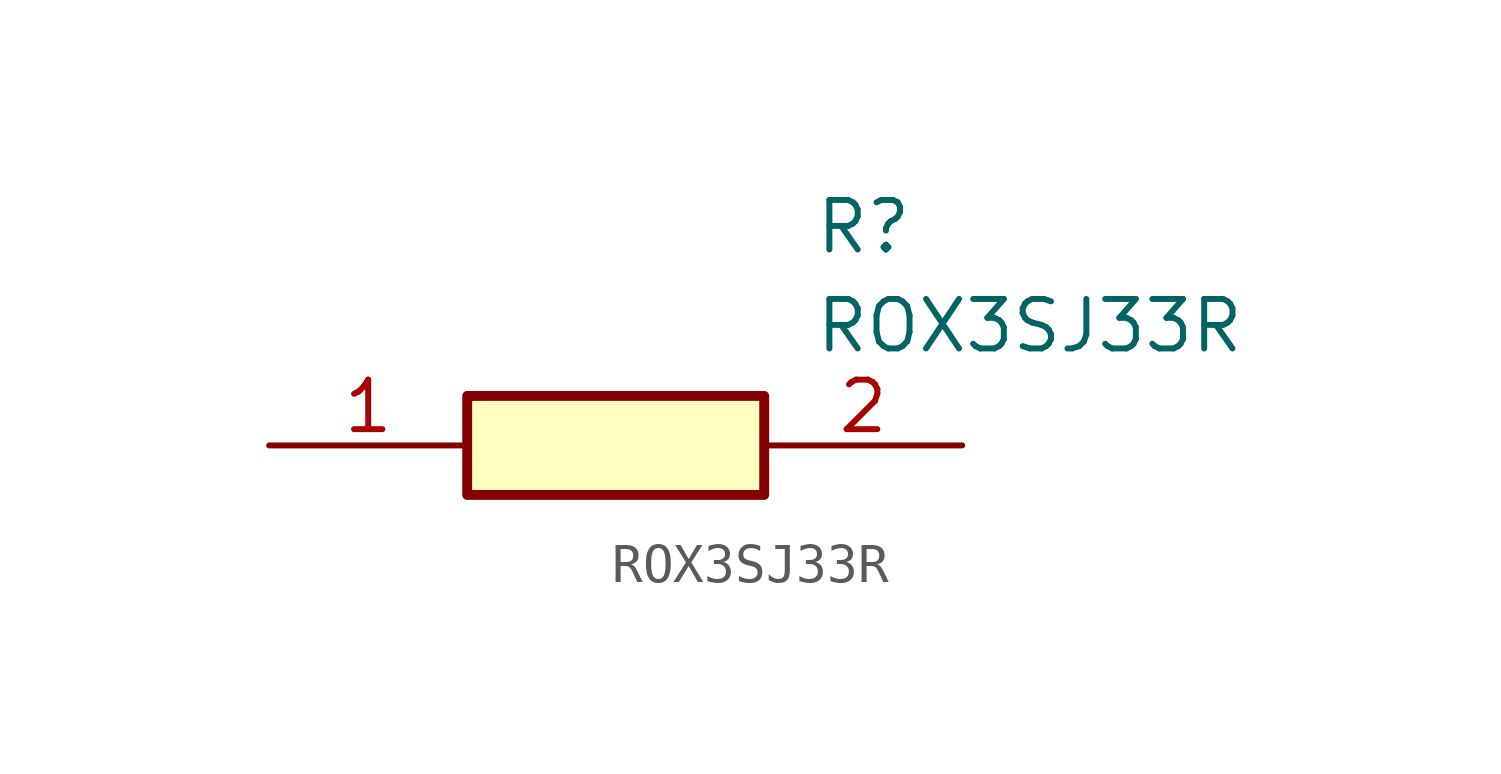
<source format=kicad_sym>
(kicad_symbol_lib
  (version 20220914)
  (generator kicad_symbol_editor)
  (symbol "ROX3SJ33R"
    (pin_names hide)
    (property "Reference" "R"
      (at 13.97 6.35 0)
      (effects (font (size 1.27 1.27)) (justify left top)))
    (property "Value" "ROX3SJ33R"
      (at 13.97 3.81 0)
      (effects (font (size 1.27 1.27)) (justify left top)))
    (symbol "ROX3SJ33R_1_1"
      (rectangle (start 5.08 1.27) (end 12.7 -1.27) (stroke (width 0.254) (type default)) (fill (type background)))
      (pin passive line (at 0 0 0) (length 5.08) (name "1" (effects (font (size 1.27 1.27)))) (number "1" (effects (font (size 1.27 1.27)))))
      (pin passive line (at 17.78 0 180) (length 5.08) (name "2" (effects (font (size 1.27 1.27)))) (number "2" (effects (font (size 1.27 1.27))))))))
</source>
